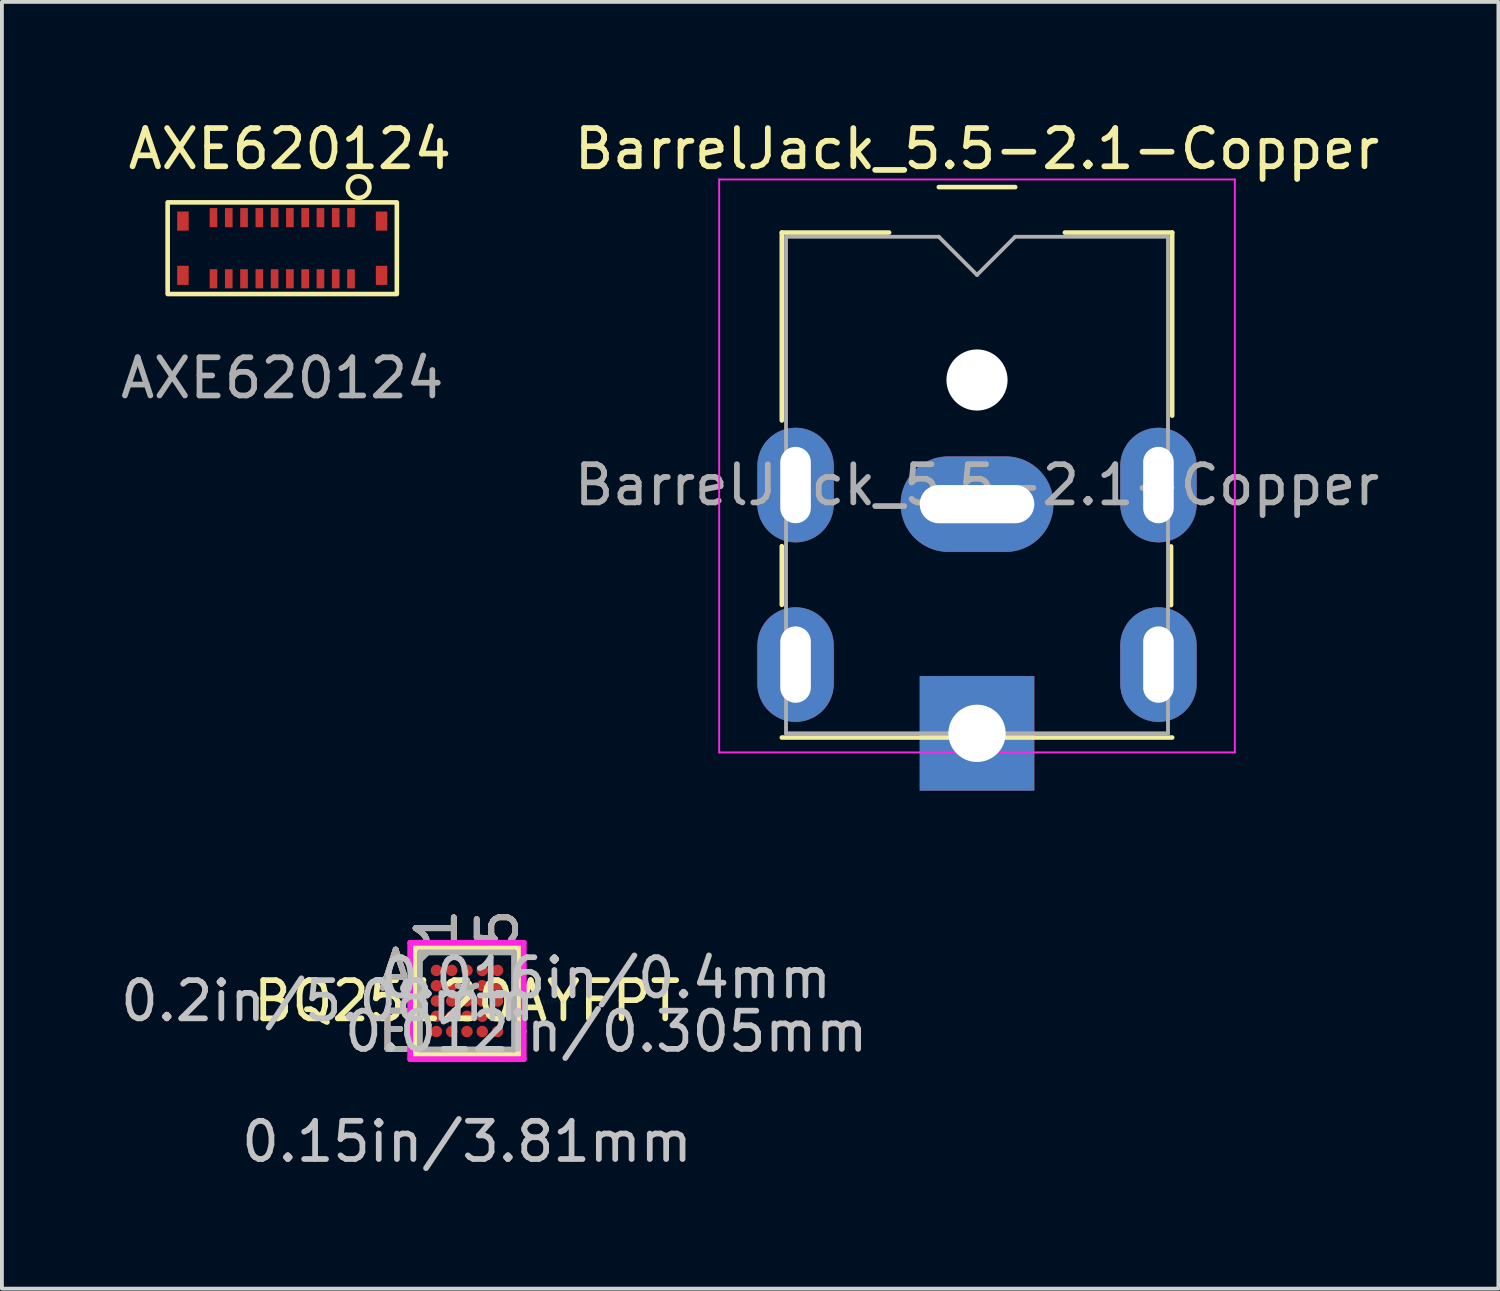
<source format=kicad_pcb>
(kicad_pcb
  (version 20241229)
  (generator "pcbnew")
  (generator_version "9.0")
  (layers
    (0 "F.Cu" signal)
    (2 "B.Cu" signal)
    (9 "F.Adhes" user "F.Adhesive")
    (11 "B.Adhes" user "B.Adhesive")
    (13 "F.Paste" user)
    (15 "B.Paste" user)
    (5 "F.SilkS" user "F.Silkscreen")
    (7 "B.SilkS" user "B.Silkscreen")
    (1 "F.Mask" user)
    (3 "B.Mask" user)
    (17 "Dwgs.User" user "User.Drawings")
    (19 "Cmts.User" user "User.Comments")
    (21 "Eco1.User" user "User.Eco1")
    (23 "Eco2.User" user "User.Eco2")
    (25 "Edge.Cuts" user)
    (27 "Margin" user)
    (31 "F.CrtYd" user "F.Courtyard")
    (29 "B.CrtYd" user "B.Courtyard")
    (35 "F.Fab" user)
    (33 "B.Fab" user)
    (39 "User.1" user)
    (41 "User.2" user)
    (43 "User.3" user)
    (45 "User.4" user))
  (footprint "BQ25120AYFPT"
    (layer "F.Cu")
    (at 9.175 23.154)
    (property "Reference" "BQ25120AYFPT" (at 0 0 0) (layer "F.SilkS") (effects (font (size 1 1) (thickness 0.15))))
    (attr through_hole)
    (fp_line (start -1.359 -1.397) (end -1.359 1.397) (stroke (width 0.152) (type solid)) (layer "F.SilkS"))
    (fp_line (start -1.359 1.397) (end 1.359 1.397) (stroke (width 0.152) (type solid)) (layer "F.SilkS"))
    (fp_line (start -1.285 0.8) (end -1.486 0.8) (stroke (width 0.152) (type solid)) (layer "F.SilkS"))
    (fp_line (start 0.8 -1.285) (end 0.8 -1.524) (stroke (width 0.152) (type solid)) (layer "F.SilkS"))
    (fp_line (start 0.8 1.285) (end 0.8 1.524) (stroke (width 0.152) (type solid)) (layer "F.SilkS"))
    (fp_line (start 1.285 0.8) (end 1.486 0.8) (stroke (width 0.152) (type solid)) (layer "F.SilkS"))
    (fp_line (start 1.359 -1.397) (end -1.359 -1.397) (stroke (width 0.152) (type solid)) (layer "F.SilkS"))
    (fp_line (start 1.359 1.397) (end 1.359 -1.397) (stroke (width 0.152) (type solid)) (layer "F.SilkS"))
    (fp_line (start -1.486 -1.524) (end 1.486 -1.524) (stroke (width 0.152) (type solid)) (layer "F.CrtYd"))
    (fp_line (start -1.486 1.524) (end -1.486 -1.524) (stroke (width 0.152) (type solid)) (layer "F.CrtYd"))
    (fp_line (start 1.486 -1.524) (end 1.486 1.524) (stroke (width 0.152) (type solid)) (layer "F.CrtYd"))
    (fp_line (start 1.486 1.524) (end -1.486 1.524) (stroke (width 0.152) (type solid)) (layer "F.CrtYd"))
    (fp_line (start -1.232 -1.27) (end -1.232 1.27) (stroke (width 0.152) (type solid)) (layer "F.Fab"))
    (fp_line (start -1.232 1.27) (end 1.232 1.27) (stroke (width 0.152) (type solid)) (layer "F.Fab"))
    (fp_line (start -1.032 -1.27) (end -1.232 -1.07) (stroke (width 0.152) (type solid)) (layer "F.Fab"))
    (fp_line (start 1.232 -1.27) (end -1.232 -1.27) (stroke (width 0.152) (type solid)) (layer "F.Fab"))
    (fp_line (start 1.232 1.27) (end 1.232 -1.27) (stroke (width 0.152) (type solid)) (layer "F.Fab"))
    (fp_text user "A" (at -1.867 -0.8 0) (layer "F.SilkS") (effects (font (size 1 1) (thickness 0.15))))
    (fp_text user "*" (at 0 0 0) (layer "F.SilkS") (effects (font (size 1 1) (thickness 0.15))))
    (fp_text user "5" (at 0.8 -1.905 90) (layer "F.SilkS") (effects (font (size 1 1) (thickness 0.15))))
    (fp_text user "E" (at -1.867 0.8 0) (layer "F.SilkS") (effects (font (size 1 1) (thickness 0.15))))
    (fp_text user "1" (at -0.8 -1.905 90) (layer "F.SilkS") (effects (font (size 1 1) (thickness 0.15))))
    (fp_text user "A" (at -1.867 -0.8 0) (layer "B.SilkS") (effects (font (size 1 1) (thickness 0.15))))
    (fp_text user "5" (at 0.8 -1.905 90) (layer "B.SilkS") (effects (font (size 1 1) (thickness 0.15))))
    (fp_text user "1" (at -0.8 -1.905 90) (layer "B.SilkS") (effects (font (size 1 1) (thickness 0.15))))
    (fp_text user "E" (at -1.867 0.8 0) (layer "B.SilkS") (effects (font (size 1 1) (thickness 0.15))))
    (fp_text user "0.2in/5.08mm" (at -3.645 0 0) (layer "Dwgs.User") (effects (font (size 1 1) (thickness 0.15))))
    (fp_text user "0.016in/0.4mm" (at 3.645 -0.6 0) (layer "Dwgs.User") (effects (font (size 1 1) (thickness 0.15))))
    (fp_text user "0.15in/3.81mm" (at 0 3.683 0) (layer "Dwgs.User") (effects (font (size 1 1) (thickness 0.15))))
    (fp_text user "0.012in/0.305mm" (at 3.645 0.8 0) (layer "Dwgs.User") (effects (font (size 1 1) (thickness 0.15))))
    (fp_text user "Copyright 2016 Accelerated Designs. All rights reserved." (at 0 0 0) (layer "Cmts.User") (effects (font (size 0.127 0.127) (thickness 0.002))))
    (fp_text user "5" (at 0.8 -1.905 90) (layer "F.Fab") (effects (font (size 1 1) (thickness 0.15))))
    (fp_text user "E" (at -1.867 0.8 0) (layer "F.Fab") (effects (font (size 1 1) (thickness 0.15))))
    (fp_text user "A" (at -1.867 -0.8 0) (layer "F.Fab") (effects (font (size 1 1) (thickness 0.15))))
    (fp_text user "*" (at 0 0 0) (layer "F.Fab") (effects (font (size 1 1) (thickness 0.15))))
    (fp_text user "1" (at -0.8 -1.905 90) (layer "F.Fab") (effects (font (size 1 1) (thickness 0.15))))
    (pad "A1" smd circle (at -0.8 -0.8) (size 0.3 0.3) (layers "F.Cu" "F.Mask" "F.Paste"))
    (pad "A2" smd circle (at -0.4 -0.8) (size 0.3 0.3) (layers "F.Cu" "F.Mask" "F.Paste"))
    (pad "A3" smd circle (at 0 -0.8) (size 0.3 0.3) (layers "F.Cu" "F.Mask" "F.Paste"))
    (pad "A4" smd circle (at 0.4 -0.8) (size 0.3 0.3) (layers "F.Cu" "F.Mask" "F.Paste"))
    (pad "A5" smd circle (at 0.8 -0.8) (size 0.3 0.3) (layers "F.Cu" "F.Mask" "F.Paste"))
    (pad "B1" smd circle (at -0.8 -0.4) (size 0.3 0.3) (layers "F.Cu" "F.Mask" "F.Paste"))
    (pad "B2" smd circle (at -0.4 -0.4) (size 0.3 0.3) (layers "F.Cu" "F.Mask" "F.Paste"))
    (pad "B3" smd circle (at 0 -0.4) (size 0.3 0.3) (layers "F.Cu" "F.Mask" "F.Paste"))
    (pad "B4" smd circle (at 0.4 -0.4) (size 0.3 0.3) (layers "F.Cu" "F.Mask" "F.Paste"))
    (pad "B5" smd circle (at 0.8 -0.4) (size 0.3 0.3) (layers "F.Cu" "F.Mask" "F.Paste"))
    (pad "C1" smd circle (at -0.8 0) (size 0.3 0.3) (layers "F.Cu" "F.Mask" "F.Paste"))
    (pad "C2" smd circle (at -0.4 0) (size 0.3 0.3) (layers "F.Cu" "F.Mask" "F.Paste"))
    (pad "C3" smd circle (at 0 0) (size 0.3 0.3) (layers "F.Cu" "F.Mask" "F.Paste"))
    (pad "C4" smd circle (at 0.4 0) (size 0.3 0.3) (layers "F.Cu" "F.Mask" "F.Paste"))
    (pad "C5" smd circle (at 0.8 0) (size 0.3 0.3) (layers "F.Cu" "F.Mask" "F.Paste"))
    (pad "D1" smd circle (at -0.8 0.4) (size 0.3 0.3) (layers "F.Cu" "F.Mask" "F.Paste"))
    (pad "D2" smd circle (at -0.4 0.4) (size 0.3 0.3) (layers "F.Cu" "F.Mask" "F.Paste"))
    (pad "D3" smd circle (at 0 0.4) (size 0.3 0.3) (layers "F.Cu" "F.Mask" "F.Paste"))
    (pad "D4" smd circle (at 0.4 0.4) (size 0.3 0.3) (layers "F.Cu" "F.Mask" "F.Paste"))
    (pad "D5" smd circle (at 0.8 0.4) (size 0.3 0.3) (layers "F.Cu" "F.Mask" "F.Paste"))
    (pad "E1" smd circle (at -0.8 0.8) (size 0.3 0.3) (layers "F.Cu" "F.Mask" "F.Paste"))
    (pad "E2" smd circle (at -0.4 0.8) (size 0.3 0.3) (layers "F.Cu" "F.Mask" "F.Paste"))
    (pad "E3" smd circle (at 0 0.8) (size 0.3 0.3) (layers "F.Cu" "F.Mask" "F.Paste"))
    (pad "E4" smd circle (at 0.4 0.8) (size 0.3 0.3) (layers "F.Cu" "F.Mask" "F.Paste"))
    (pad "E5" smd circle (at 0.8 0.8) (size 0.3 0.3) (layers "F.Cu" "F.Mask" "F.Paste")))
  (footprint "AXE620124"
    (placed yes)
    (layer "F.Cu")
    (at 4.339 3.448)
    (property "Reference" "AXE620124" (at 0.2 -2.6 0) (unlocked yes) (layer "F.SilkS") (effects (font (size 1 1) (thickness 0.15))))
    (attr smd)
    (fp_rect (start -3 -1.2) (end 3 1.2) (stroke (width 0.12) (type solid)) (fill no) (layer "F.SilkS"))
    (fp_circle (center 2 -1.6) (end 2.2 -1.4) (stroke (width 0.12) (type solid)) (fill no) (layer "F.SilkS"))
    (fp_text user "${REFERENCE}" (at 0 3.4 0) (unlocked yes) (layer "F.Fab") (effects (font (size 1 1) (thickness 0.15))))
    (pad "" smd rect (at -2.6 -0.71) (size 0.3 0.5) (layers "F.Cu" "F.Mask" "F.Paste"))
    (pad "" smd rect (at -2.6 0.71) (size 0.3 0.5) (layers "F.Cu" "F.Mask" "F.Paste"))
    (pad "" smd rect (at 2.6 -0.71) (size 0.3 0.5) (layers "F.Cu" "F.Mask" "F.Paste"))
    (pad "" smd rect (at 2.6 0.71) (size 0.3 0.5) (layers "F.Cu" "F.Mask" "F.Paste"))
    (pad "1" smd rect (at 1.8 -0.8) (size 0.2 0.5) (layers "F.Cu" "F.Mask" "F.Paste"))
    (pad "2" smd rect (at 1.8 0.8) (size 0.2 0.5) (layers "F.Cu" "F.Mask" "F.Paste"))
    (pad "3" smd rect (at 1.4 -0.8) (size 0.2 0.5) (layers "F.Cu" "F.Mask" "F.Paste"))
    (pad "4" smd rect (at 1.4 0.8) (size 0.2 0.5) (layers "F.Cu" "F.Mask" "F.Paste"))
    (pad "5" smd rect (at 1 -0.8) (size 0.2 0.5) (layers "F.Cu" "F.Mask" "F.Paste"))
    (pad "6" smd rect (at 1 0.8) (size 0.2 0.5) (layers "F.Cu" "F.Mask" "F.Paste"))
    (pad "7" smd rect (at 0.6 -0.8) (size 0.2 0.5) (layers "F.Cu" "F.Mask" "F.Paste"))
    (pad "8" smd rect (at 0.6 0.8) (size 0.2 0.5) (layers "F.Cu" "F.Mask" "F.Paste"))
    (pad "9" smd rect (at 0.2 -0.8) (size 0.2 0.5) (layers "F.Cu" "F.Mask" "F.Paste"))
    (pad "10" smd rect (at 0.2 0.8) (size 0.2 0.5) (layers "F.Cu" "F.Mask" "F.Paste"))
    (pad "11" smd rect (at -0.2 -0.8) (size 0.2 0.5) (layers "F.Cu" "F.Mask" "F.Paste"))
    (pad "12" smd rect (at -0.2 0.8) (size 0.2 0.5) (layers "F.Cu" "F.Mask" "F.Paste"))
    (pad "13" smd rect (at -0.6 -0.8) (size 0.2 0.5) (layers "F.Cu" "F.Mask" "F.Paste"))
    (pad "14" smd rect (at -0.6 0.8) (size 0.2 0.5) (layers "F.Cu" "F.Mask" "F.Paste"))
    (pad "15" smd rect (at -1 -0.8) (size 0.2 0.5) (layers "F.Cu" "F.Mask" "F.Paste"))
    (pad "16" smd rect (at -1 0.8) (size 0.2 0.5) (layers "F.Cu" "F.Mask" "F.Paste"))
    (pad "17" smd rect (at -1.4 -0.8) (size 0.2 0.5) (layers "F.Cu" "F.Mask" "F.Paste"))
    (pad "18" smd rect (at -1.4 0.8) (size 0.2 0.5) (layers "F.Cu" "F.Mask" "F.Paste"))
    (pad "19" smd rect (at -1.8 -0.8) (size 0.2 0.5) (layers "F.Cu" "F.Mask" "F.Paste"))
    (pad "20" smd rect (at -1.8 0.8) (size 0.2 0.5) (layers "F.Cu" "F.Mask" "F.Paste")))
  (footprint "BarrelJack_5.5-2.1-Copper"
    (layer "F.Cu")
    (at 22.527 4.148)
    (property "Reference" "BarrelJack_5.5-2.1-Copper" (at 0 -3.3 0) (layer "F.SilkS") (effects (font (size 1 1) (thickness 0.15))))
    (attr through_hole)
    (fp_line (start -5.11 -1.11) (end -2.3 -1.11) (stroke (width 0.12) (type solid)) (layer "F.SilkS"))
    (fp_line (start -5.11 3.81) (end -5.11 -1.11) (stroke (width 0.12) (type solid)) (layer "F.SilkS"))
    (fp_line (start -5.11 8.636) (end -5.11 7.1) (stroke (width 0.12) (type solid)) (layer "F.SilkS"))
    (fp_line (start -1 -2.3) (end 1 -2.3) (stroke (width 0.12) (type solid)) (layer "F.SilkS"))
    (fp_line (start 2.3 -1.11) (end 5.11 -1.11) (stroke (width 0.12) (type solid)) (layer "F.SilkS"))
    (fp_line (start 5.08 8.642) (end 5.08 7.106) (stroke (width 0.12) (type solid)) (layer "F.SilkS"))
    (fp_line (start 5.11 -1.11) (end 5.11 3.683) (stroke (width 0.12) (type solid)) (layer "F.SilkS"))
    (fp_line (start 5.11 12.11) (end -5.11 12.11) (stroke (width 0.12) (type solid)) (layer "F.SilkS"))
    (fp_line (start -6.75 -2.5) (end -6.75 12.5) (stroke (width 0.05) (type solid)) (layer "F.CrtYd"))
    (fp_line (start -6.75 12.5) (end 6.75 12.5) (stroke (width 0.05) (type solid)) (layer "F.CrtYd"))
    (fp_line (start 6.75 -2.5) (end -6.75 -2.5) (stroke (width 0.05) (type solid)) (layer "F.CrtYd"))
    (fp_line (start 6.75 12.5) (end 6.75 -2.5) (stroke (width 0.05) (type solid)) (layer "F.CrtYd"))
    (fp_line (start -5 -1) (end -1 -1) (stroke (width 0.1) (type solid)) (layer "F.Fab"))
    (fp_line (start -5 12) (end -5 -1) (stroke (width 0.1) (type solid)) (layer "F.Fab"))
    (fp_line (start -1 -1) (end 0 0) (stroke (width 0.1) (type solid)) (layer "F.Fab"))
    (fp_line (start 0 0) (end 1 -1) (stroke (width 0.1) (type solid)) (layer "F.Fab"))
    (fp_line (start 1 -1) (end 5 -1) (stroke (width 0.1) (type solid)) (layer "F.Fab"))
    (fp_line (start 5 -1) (end 5 12) (stroke (width 0.1) (type solid)) (layer "F.Fab"))
    (fp_line (start 5 12) (end -5 12) (stroke (width 0.1) (type solid)) (layer "F.Fab"))
    (fp_text user "${REFERENCE}" (at 0 5.5 0) (layer "F.Fab") (effects (font (size 1 1) (thickness 0.15))))
    (pad "" np_thru_hole circle (at 0 2.75) (size 1.6 1.6) (drill 1.6) (layers "*.Cu" "*.Mask"))
    (pad "1" thru_hole rect (at 0 12) (size 3 3) (drill 1.5) (layers "*.Cu" "*.Mask"))
    (pad "2" thru_hole oval (at 0 6) (size 4 2.5) (drill oval 3 1) (layers "*.Cu" "*.Mask"))
    (pad "MP" thru_hole oval (at -4.75 5.5 90) (size 3 2) (drill oval 2 0.8) (layers "*.Cu" "*.Mask"))
    (pad "MP" thru_hole oval (at -4.75 10.2 90) (size 3 2) (drill oval 2 0.8) (layers "*.Cu" "*.Mask"))
    (pad "MP" thru_hole oval (at 4.75 5.5 90) (size 3 2) (drill oval 2 0.8) (layers "*.Cu" "*.Mask"))
    (pad "MP" thru_hole oval (at 4.75 10.2 90) (size 3 2) (drill oval 2 0.8) (layers "*.Cu" "*.Mask")))
  (gr_rect
    (start -3 -3)
    (end 36.176 30.686)
    (stroke (width 0.1) (type default))
    (fill no)
    (layer "Edge.Cuts")))
</source>
